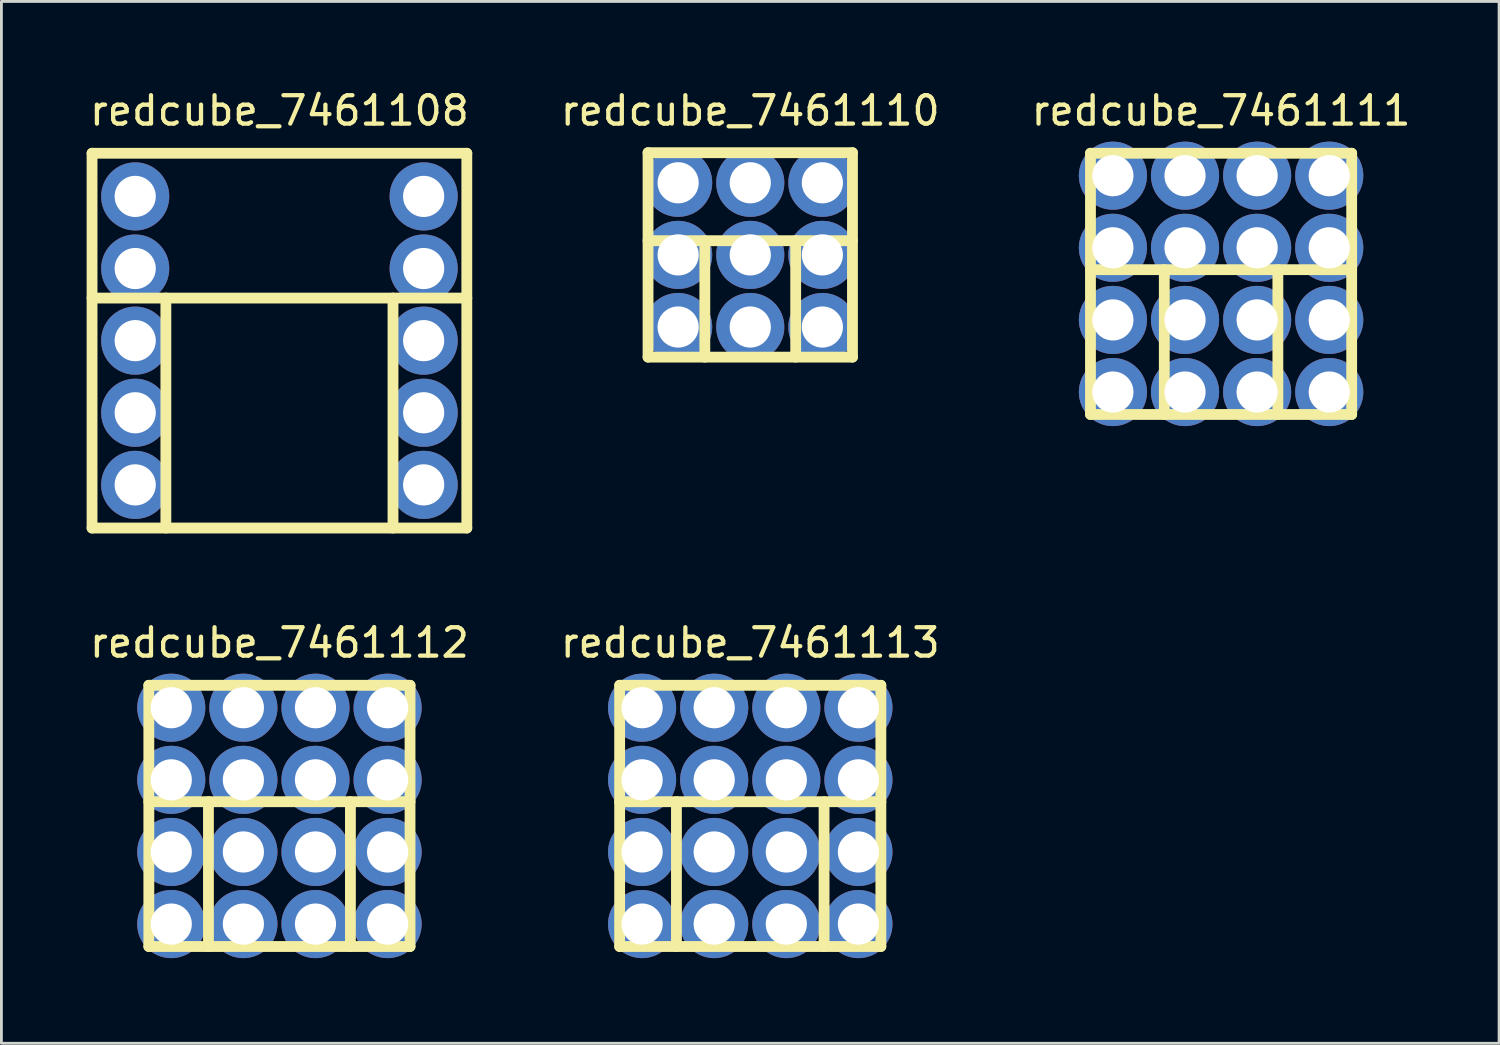
<source format=kicad_pcb>
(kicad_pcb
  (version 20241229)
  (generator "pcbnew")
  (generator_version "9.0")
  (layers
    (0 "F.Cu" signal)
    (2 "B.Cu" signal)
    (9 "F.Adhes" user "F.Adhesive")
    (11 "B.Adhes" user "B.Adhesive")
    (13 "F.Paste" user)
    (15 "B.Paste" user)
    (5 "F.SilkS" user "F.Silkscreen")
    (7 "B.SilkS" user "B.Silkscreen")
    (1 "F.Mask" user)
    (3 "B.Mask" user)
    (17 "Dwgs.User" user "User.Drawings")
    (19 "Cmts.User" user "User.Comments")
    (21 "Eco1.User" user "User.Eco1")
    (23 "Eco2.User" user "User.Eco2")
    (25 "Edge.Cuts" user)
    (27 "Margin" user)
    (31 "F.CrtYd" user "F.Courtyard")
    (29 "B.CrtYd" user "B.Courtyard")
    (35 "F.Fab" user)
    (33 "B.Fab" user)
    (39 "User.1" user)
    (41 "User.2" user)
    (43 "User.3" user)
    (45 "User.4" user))
  (footprint "redcube_7461112"
    (layer "F.Cu")
    (at 6.792 25.687)
    (property "Reference" "redcube_7461112" (at 0 -6.1 0) (layer "F.SilkS") (effects (font (size 1 1) (thickness 0.15))))
    (attr through_hole)
    (fp_line (start -4.6 -4.6) (end 4.6 -4.6) (stroke (width 0.381) (type solid)) (layer "F.SilkS"))
    (fp_line (start -4.6 4.6) (end -4.6 -4.6) (stroke (width 0.381) (type solid)) (layer "F.SilkS"))
    (fp_line (start -2.5 -0.5) (end -2.5 4.6) (stroke (width 0.381) (type solid)) (layer "F.SilkS"))
    (fp_line (start 2.5 -0.5) (end 2.5 4.6) (stroke (width 0.381) (type solid)) (layer "F.SilkS"))
    (fp_line (start 4.6 -4.6) (end 4.6 4.6) (stroke (width 0.381) (type solid)) (layer "F.SilkS"))
    (fp_line (start 4.6 -0.5) (end -4.6 -0.5) (stroke (width 0.381) (type solid)) (layer "F.SilkS"))
    (fp_line (start 4.6 4.6) (end -4.6 4.6) (stroke (width 0.381) (type solid)) (layer "F.SilkS"))
    (pad "1" thru_hole circle (at -3.81 -3.81) (size 2.4 2.4) (drill 1.45) (layers "*.Cu" "*.Mask"))
    (pad "1" thru_hole circle (at -3.81 -1.27) (size 2.4 2.4) (drill 1.45) (layers "*.Cu" "*.Mask"))
    (pad "1" thru_hole circle (at -3.81 1.27) (size 2.4 2.4) (drill 1.45) (layers "*.Cu" "*.Mask"))
    (pad "1" thru_hole circle (at -3.81 3.81) (size 2.4 2.4) (drill 1.45) (layers "*.Cu" "*.Mask"))
    (pad "1" thru_hole circle (at -1.27 -3.81) (size 2.4 2.4) (drill 1.45) (layers "*.Cu" "*.Mask"))
    (pad "1" thru_hole circle (at -1.27 -1.27) (size 2.4 2.4) (drill 1.45) (layers "*.Cu" "*.Mask"))
    (pad "1" thru_hole circle (at -1.27 1.27) (size 2.4 2.4) (drill 1.45) (layers "*.Cu" "*.Mask"))
    (pad "1" thru_hole circle (at -1.27 3.81) (size 2.4 2.4) (drill 1.45) (layers "*.Cu" "*.Mask"))
    (pad "1" thru_hole circle (at 1.27 -3.81) (size 2.4 2.4) (drill 1.45) (layers "*.Cu" "*.Mask"))
    (pad "1" thru_hole circle (at 1.27 -1.27) (size 2.4 2.4) (drill 1.45) (layers "*.Cu" "*.Mask"))
    (pad "1" thru_hole circle (at 1.27 1.27) (size 2.4 2.4) (drill 1.45) (layers "*.Cu" "*.Mask"))
    (pad "1" thru_hole circle (at 1.27 3.81) (size 2.4 2.4) (drill 1.45) (layers "*.Cu" "*.Mask"))
    (pad "1" thru_hole circle (at 3.81 -3.81) (size 2.4 2.4) (drill 1.45) (layers "*.Cu" "*.Mask"))
    (pad "1" thru_hole circle (at 3.81 -1.27) (size 2.4 2.4) (drill 1.45) (layers "*.Cu" "*.Mask"))
    (pad "1" thru_hole circle (at 3.81 1.27) (size 2.4 2.4) (drill 1.45) (layers "*.Cu" "*.Mask"))
    (pad "1" thru_hole circle (at 3.81 3.81) (size 2.4 2.4) (drill 1.45) (layers "*.Cu" "*.Mask")))
  (footprint "redcube_7461110"
    (layer "F.Cu")
    (at 23.375 5.928)
    (property "Reference" "redcube_7461110" (at 0 -5.08 0) (layer "F.SilkS") (effects (font (size 1 1) (thickness 0.15))))
    (attr through_hole)
    (fp_line (start -3.6 -3.6) (end 3.6 -3.6) (stroke (width 0.381) (type solid)) (layer "F.SilkS"))
    (fp_line (start -3.6 3.6) (end -3.6 -3.6) (stroke (width 0.381) (type solid)) (layer "F.SilkS"))
    (fp_line (start -1.6 -0.5) (end -1.6 3.6) (stroke (width 0.381) (type solid)) (layer "F.SilkS"))
    (fp_line (start 1.6 -0.5) (end 1.6 3.6) (stroke (width 0.381) (type solid)) (layer "F.SilkS"))
    (fp_line (start 3.6 -3.6) (end 3.6 3.6) (stroke (width 0.381) (type solid)) (layer "F.SilkS"))
    (fp_line (start 3.6 -0.5) (end -3.6 -0.5) (stroke (width 0.381) (type solid)) (layer "F.SilkS"))
    (fp_line (start 3.6 3.6) (end -3.6 3.6) (stroke (width 0.381) (type solid)) (layer "F.SilkS"))
    (pad "1" thru_hole circle (at -2.54 -2.54) (size 2.4 2.4) (drill 1.45) (layers "*.Cu" "*.Mask"))
    (pad "1" thru_hole circle (at -2.54 0) (size 2.4 2.4) (drill 1.45) (layers "*.Cu" "*.Mask"))
    (pad "1" thru_hole circle (at -2.54 2.54) (size 2.4 2.4) (drill 1.45) (layers "*.Cu" "*.Mask"))
    (pad "1" thru_hole circle (at 0 -2.54) (size 2.4 2.4) (drill 1.45) (layers "*.Cu" "*.Mask"))
    (pad "1" thru_hole circle (at 0 0) (size 2.4 2.4) (drill 1.45) (layers "*.Cu" "*.Mask"))
    (pad "1" thru_hole circle (at 0 2.54) (size 2.4 2.4) (drill 1.45) (layers "*.Cu" "*.Mask"))
    (pad "1" thru_hole circle (at 2.54 -2.54) (size 2.4 2.4) (drill 1.45) (layers "*.Cu" "*.Mask"))
    (pad "1" thru_hole circle (at 2.54 0) (size 2.4 2.4) (drill 1.45) (layers "*.Cu" "*.Mask"))
    (pad "1" thru_hole circle (at 2.54 2.54) (size 2.4 2.4) (drill 1.45) (layers "*.Cu" "*.Mask")))
  (footprint "redcube_7461113"
    (layer "F.Cu")
    (at 23.375 25.687)
    (property "Reference" "redcube_7461113" (at 0 -6.1 0) (layer "F.SilkS") (effects (font (size 1 1) (thickness 0.15))))
    (attr through_hole)
    (fp_line (start -4.6 -4.6) (end 4.6 -4.6) (stroke (width 0.381) (type solid)) (layer "F.SilkS"))
    (fp_line (start -4.6 4.6) (end -4.6 -4.6) (stroke (width 0.381) (type solid)) (layer "F.SilkS"))
    (fp_line (start -2.6 -0.5) (end -2.6 4.6) (stroke (width 0.381) (type solid)) (layer "F.SilkS"))
    (fp_line (start 2.6 -0.5) (end 2.6 4.6) (stroke (width 0.381) (type solid)) (layer "F.SilkS"))
    (fp_line (start 4.6 -4.6) (end 4.6 4.6) (stroke (width 0.381) (type solid)) (layer "F.SilkS"))
    (fp_line (start 4.6 -0.5) (end -4.6 -0.5) (stroke (width 0.381) (type solid)) (layer "F.SilkS"))
    (fp_line (start 4.6 4.6) (end -4.6 4.6) (stroke (width 0.381) (type solid)) (layer "F.SilkS"))
    (pad "1" thru_hole circle (at -3.81 -3.81) (size 2.4 2.4) (drill 1.45) (layers "*.Cu" "*.Mask"))
    (pad "1" thru_hole circle (at -3.81 -1.27) (size 2.4 2.4) (drill 1.45) (layers "*.Cu" "*.Mask"))
    (pad "1" thru_hole circle (at -3.81 1.27) (size 2.4 2.4) (drill 1.45) (layers "*.Cu" "*.Mask"))
    (pad "1" thru_hole circle (at -3.81 3.81) (size 2.4 2.4) (drill 1.45) (layers "*.Cu" "*.Mask"))
    (pad "1" thru_hole circle (at -1.27 -3.81) (size 2.4 2.4) (drill 1.45) (layers "*.Cu" "*.Mask"))
    (pad "1" thru_hole circle (at -1.27 -1.27) (size 2.4 2.4) (drill 1.45) (layers "*.Cu" "*.Mask"))
    (pad "1" thru_hole circle (at -1.27 1.27) (size 2.4 2.4) (drill 1.45) (layers "*.Cu" "*.Mask"))
    (pad "1" thru_hole circle (at -1.27 3.81) (size 2.4 2.4) (drill 1.45) (layers "*.Cu" "*.Mask"))
    (pad "1" thru_hole circle (at 1.27 -3.81) (size 2.4 2.4) (drill 1.45) (layers "*.Cu" "*.Mask"))
    (pad "1" thru_hole circle (at 1.27 -1.27) (size 2.4 2.4) (drill 1.45) (layers "*.Cu" "*.Mask"))
    (pad "1" thru_hole circle (at 1.27 1.27) (size 2.4 2.4) (drill 1.45) (layers "*.Cu" "*.Mask"))
    (pad "1" thru_hole circle (at 1.27 3.81) (size 2.4 2.4) (drill 1.45) (layers "*.Cu" "*.Mask"))
    (pad "1" thru_hole circle (at 3.81 -3.81) (size 2.4 2.4) (drill 1.45) (layers "*.Cu" "*.Mask"))
    (pad "1" thru_hole circle (at 3.81 -1.27) (size 2.4 2.4) (drill 1.45) (layers "*.Cu" "*.Mask"))
    (pad "1" thru_hole circle (at 3.81 1.27) (size 2.4 2.4) (drill 1.45) (layers "*.Cu" "*.Mask"))
    (pad "1" thru_hole circle (at 3.81 3.81) (size 2.4 2.4) (drill 1.45) (layers "*.Cu" "*.Mask")))
  (footprint "redcube_7461111"
    (layer "F.Cu")
    (at 39.958 6.948)
    (property "Reference" "redcube_7461111" (at 0 -6.1 0) (layer "F.SilkS") (effects (font (size 1 1) (thickness 0.15))))
    (attr through_hole)
    (fp_line (start -4.6 -4.6) (end 4.6 -4.6) (stroke (width 0.381) (type solid)) (layer "F.SilkS"))
    (fp_line (start -4.6 4.6) (end -4.6 -4.6) (stroke (width 0.381) (type solid)) (layer "F.SilkS"))
    (fp_line (start -2 -0.5) (end -2 4.6) (stroke (width 0.381) (type solid)) (layer "F.SilkS"))
    (fp_line (start 2 -0.5) (end 2 4.6) (stroke (width 0.381) (type solid)) (layer "F.SilkS"))
    (fp_line (start 4.6 -4.6) (end 4.6 4.6) (stroke (width 0.381) (type solid)) (layer "F.SilkS"))
    (fp_line (start 4.6 -0.5) (end -4.6 -0.5) (stroke (width 0.381) (type solid)) (layer "F.SilkS"))
    (fp_line (start 4.6 4.6) (end -4.6 4.6) (stroke (width 0.381) (type solid)) (layer "F.SilkS"))
    (pad "1" thru_hole circle (at -3.81 -3.81) (size 2.4 2.4) (drill 1.45) (layers "*.Cu" "*.Mask"))
    (pad "1" thru_hole circle (at -3.81 -1.27) (size 2.4 2.4) (drill 1.45) (layers "*.Cu" "*.Mask"))
    (pad "1" thru_hole circle (at -3.81 1.27) (size 2.4 2.4) (drill 1.45) (layers "*.Cu" "*.Mask"))
    (pad "1" thru_hole circle (at -3.81 3.81) (size 2.4 2.4) (drill 1.45) (layers "*.Cu" "*.Mask"))
    (pad "1" thru_hole circle (at -1.27 -3.81) (size 2.4 2.4) (drill 1.45) (layers "*.Cu" "*.Mask"))
    (pad "1" thru_hole circle (at -1.27 -1.27) (size 2.4 2.4) (drill 1.45) (layers "*.Cu" "*.Mask"))
    (pad "1" thru_hole circle (at -1.27 1.27) (size 2.4 2.4) (drill 1.45) (layers "*.Cu" "*.Mask"))
    (pad "1" thru_hole circle (at -1.27 3.81) (size 2.4 2.4) (drill 1.45) (layers "*.Cu" "*.Mask"))
    (pad "1" thru_hole circle (at 1.27 -3.81) (size 2.4 2.4) (drill 1.45) (layers "*.Cu" "*.Mask"))
    (pad "1" thru_hole circle (at 1.27 -1.27) (size 2.4 2.4) (drill 1.45) (layers "*.Cu" "*.Mask"))
    (pad "1" thru_hole circle (at 1.27 1.27) (size 2.4 2.4) (drill 1.45) (layers "*.Cu" "*.Mask"))
    (pad "1" thru_hole circle (at 1.27 3.81) (size 2.4 2.4) (drill 1.45) (layers "*.Cu" "*.Mask"))
    (pad "1" thru_hole circle (at 3.81 -3.81) (size 2.4 2.4) (drill 1.45) (layers "*.Cu" "*.Mask"))
    (pad "1" thru_hole circle (at 3.81 -1.27) (size 2.4 2.4) (drill 1.45) (layers "*.Cu" "*.Mask"))
    (pad "1" thru_hole circle (at 3.81 1.27) (size 2.4 2.4) (drill 1.45) (layers "*.Cu" "*.Mask"))
    (pad "1" thru_hole circle (at 3.81 3.81) (size 2.4 2.4) (drill 1.45) (layers "*.Cu" "*.Mask")))
  (footprint "redcube_7461108"
    (layer "F.Cu")
    (at 6.792 8.948)
    (property "Reference" "redcube_7461108" (at 0 -8.1 0) (layer "F.SilkS") (effects (font (size 1 1) (thickness 0.15))))
    (attr through_hole)
    (fp_line (start -6.6 -6.6) (end 6.6 -6.6) (stroke (width 0.381) (type solid)) (layer "F.SilkS"))
    (fp_line (start -6.6 6.6) (end -6.6 -6.6) (stroke (width 0.381) (type solid)) (layer "F.SilkS"))
    (fp_line (start -4 -1.5) (end -4 6.6) (stroke (width 0.381) (type solid)) (layer "F.SilkS"))
    (fp_line (start 4 -1.5) (end 4 6.6) (stroke (width 0.381) (type solid)) (layer "F.SilkS"))
    (fp_line (start 6.6 -6.6) (end 6.6 6.6) (stroke (width 0.381) (type solid)) (layer "F.SilkS"))
    (fp_line (start 6.6 -1.5) (end -6.6 -1.5) (stroke (width 0.381) (type solid)) (layer "F.SilkS"))
    (fp_line (start 6.6 6.6) (end -6.6 6.6) (stroke (width 0.381) (type solid)) (layer "F.SilkS"))
    (pad "1" thru_hole circle (at -5.08 -5.08) (size 2.4 2.4) (drill 1.45) (layers "*.Cu" "*.Mask"))
    (pad "1" thru_hole circle (at -5.08 -2.54) (size 2.4 2.4) (drill 1.45) (layers "*.Cu" "*.Mask"))
    (pad "1" thru_hole circle (at -5.08 0) (size 2.4 2.4) (drill 1.45) (layers "*.Cu" "*.Mask"))
    (pad "1" thru_hole circle (at -5.08 2.54) (size 2.4 2.4) (drill 1.45) (layers "*.Cu" "*.Mask"))
    (pad "1" thru_hole circle (at -5.08 5.08) (size 2.4 2.4) (drill 1.45) (layers "*.Cu" "*.Mask"))
    (pad "1" thru_hole circle (at 5.08 -5.08) (size 2.4 2.4) (drill 1.45) (layers "*.Cu" "*.Mask"))
    (pad "1" thru_hole circle (at 5.08 -2.54) (size 2.4 2.4) (drill 1.45) (layers "*.Cu" "*.Mask"))
    (pad "1" thru_hole circle (at 5.08 0) (size 2.4 2.4) (drill 1.45) (layers "*.Cu" "*.Mask"))
    (pad "1" thru_hole circle (at 5.08 2.54) (size 2.4 2.4) (drill 1.45) (layers "*.Cu" "*.Mask"))
    (pad "1" thru_hole circle (at 5.08 5.08) (size 2.4 2.4) (drill 1.45) (layers "*.Cu" "*.Mask")))
  (gr_rect
    (start -3 -3)
    (end 49.75 33.697)
    (stroke (width 0.1) (type default))
    (fill no)
    (layer "Edge.Cuts")))
</source>
